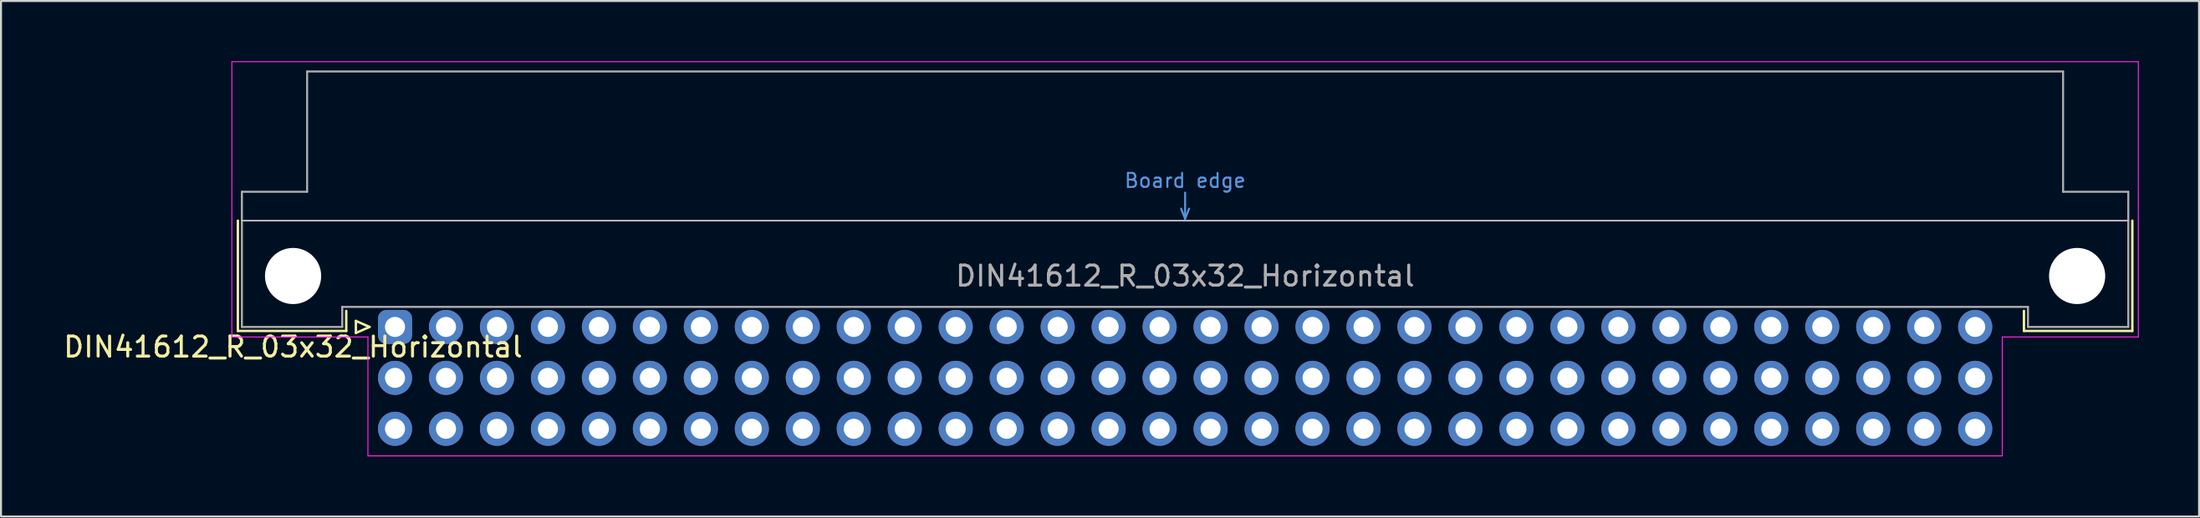
<source format=kicad_pcb>
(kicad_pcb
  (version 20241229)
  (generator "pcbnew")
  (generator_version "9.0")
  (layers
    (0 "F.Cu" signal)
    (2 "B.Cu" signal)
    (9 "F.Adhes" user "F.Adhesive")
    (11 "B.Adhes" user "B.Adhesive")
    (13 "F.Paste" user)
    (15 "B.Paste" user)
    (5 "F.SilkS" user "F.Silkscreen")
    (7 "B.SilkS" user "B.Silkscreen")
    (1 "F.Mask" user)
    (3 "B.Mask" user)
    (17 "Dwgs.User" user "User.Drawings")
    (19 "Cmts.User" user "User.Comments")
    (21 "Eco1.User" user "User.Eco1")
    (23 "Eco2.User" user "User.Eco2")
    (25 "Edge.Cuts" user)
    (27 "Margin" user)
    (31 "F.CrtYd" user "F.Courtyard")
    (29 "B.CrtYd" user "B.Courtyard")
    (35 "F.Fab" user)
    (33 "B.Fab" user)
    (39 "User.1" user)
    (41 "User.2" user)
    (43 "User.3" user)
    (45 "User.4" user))
  (footprint "DIN41612_R_03x32_Horizontal"
    (layer "F.Cu")
    (at 16.634 13.255)
    (property "Reference" "DIN41612_R_03x32_Horizontal" (at -5.08 1 0) (layer "F.SilkS") (effects (font (size 1 1) (thickness 0.15))))
    (attr through_hole)
    (fp_line (start -7.83 -5.3) (end -7.83 0.2) (stroke (width 0.12) (type solid)) (layer "F.SilkS"))
    (fp_line (start -7.83 0.2) (end -2.43 0.2) (stroke (width 0.12) (type solid)) (layer "F.SilkS"))
    (fp_line (start -2.43 0.2) (end -2.43 -0.8) (stroke (width 0.12) (type solid)) (layer "F.SilkS"))
    (fp_line (start -1.95 -0.3) (end -1.95 0.3) (stroke (width 0.12) (type solid)) (layer "F.SilkS"))
    (fp_line (start -1.95 0.3) (end -1.27 0) (stroke (width 0.12) (type solid)) (layer "F.SilkS"))
    (fp_line (start -1.27 0) (end -1.95 -0.3) (stroke (width 0.12) (type solid)) (layer "F.SilkS"))
    (fp_line (start 81.17 0.2) (end 81.17 -0.8) (stroke (width 0.12) (type solid)) (layer "F.SilkS"))
    (fp_line (start 86.57 -5.3) (end 86.57 0.2) (stroke (width 0.12) (type solid)) (layer "F.SilkS"))
    (fp_line (start 86.57 0.2) (end 81.17 0.2) (stroke (width 0.12) (type solid)) (layer "F.SilkS"))
    (fp_line (start -7.63 -5.3) (end 86.37 -5.3) (stroke (width 0.08) (type solid)) (layer "Dwgs.User"))
    (fp_line (start 39.17 -5.9) (end 39.37 -5.4) (stroke (width 0.1) (type solid)) (layer "Cmts.User"))
    (fp_line (start 39.37 -5.4) (end 39.37 -6.7) (stroke (width 0.1) (type solid)) (layer "Cmts.User"))
    (fp_line (start 39.37 -5.4) (end 39.57 -5.9) (stroke (width 0.1) (type solid)) (layer "Cmts.User"))
    (fp_line (start -8.13 -13.23) (end -8.13 0.5) (stroke (width 0.05) (type solid)) (layer "F.CrtYd"))
    (fp_line (start -8.13 0.5) (end -1.35 0.5) (stroke (width 0.05) (type solid)) (layer "F.CrtYd"))
    (fp_line (start -1.35 0.5) (end -1.35 6.43) (stroke (width 0.05) (type solid)) (layer "F.CrtYd"))
    (fp_line (start -1.35 6.43) (end 80.09 6.43) (stroke (width 0.05) (type solid)) (layer "F.CrtYd"))
    (fp_line (start 80.09 0.5) (end 86.87 0.5) (stroke (width 0.05) (type solid)) (layer "F.CrtYd"))
    (fp_line (start 80.09 6.43) (end 80.09 0.5) (stroke (width 0.05) (type solid)) (layer "F.CrtYd"))
    (fp_line (start 86.87 -13.23) (end -8.13 -13.23) (stroke (width 0.05) (type solid)) (layer "F.CrtYd"))
    (fp_line (start 86.87 0.5) (end 86.87 -13.23) (stroke (width 0.05) (type solid)) (layer "F.CrtYd"))
    (fp_line (start -7.63 -6.74) (end -7.63 0) (stroke (width 0.1) (type solid)) (layer "F.Fab"))
    (fp_line (start -7.63 0) (end -2.63 0) (stroke (width 0.1) (type solid)) (layer "F.Fab"))
    (fp_line (start -4.38 -12.74) (end -4.38 -6.74) (stroke (width 0.1) (type solid)) (layer "F.Fab"))
    (fp_line (start -4.38 -6.74) (end -7.63 -6.74) (stroke (width 0.1) (type solid)) (layer "F.Fab"))
    (fp_line (start -2.63 -1) (end 81.37 -1) (stroke (width 0.1) (type solid)) (layer "F.Fab"))
    (fp_line (start -2.63 0) (end -2.63 -1) (stroke (width 0.1) (type solid)) (layer "F.Fab"))
    (fp_line (start 81.37 -1) (end 81.37 0) (stroke (width 0.1) (type solid)) (layer "F.Fab"))
    (fp_line (start 81.37 0) (end 86.37 0) (stroke (width 0.1) (type solid)) (layer "F.Fab"))
    (fp_line (start 83.12 -12.74) (end -4.38 -12.74) (stroke (width 0.1) (type solid)) (layer "F.Fab"))
    (fp_line (start 83.12 -6.74) (end 83.12 -12.74) (stroke (width 0.1) (type solid)) (layer "F.Fab"))
    (fp_line (start 86.37 -6.74) (end 83.12 -6.74) (stroke (width 0.1) (type solid)) (layer "F.Fab"))
    (fp_line (start 86.37 0) (end 86.37 -6.74) (stroke (width 0.1) (type solid)) (layer "F.Fab"))
    (fp_text user "Board edge" (at 39.37 -7.3 0) (layer "Cmts.User") (effects (font (size 0.7 0.7) (thickness 0.1))))
    (fp_text user "${REFERENCE}" (at 39.37 -2.54 0) (layer "F.Fab") (effects (font (size 1 1) (thickness 0.15))))
    (pad "" np_thru_hole circle (at -5.08 -2.54) (size 2.8 2.8) (drill 2.8) (layers "*.Cu" "*.Mask"))
    (pad "" np_thru_hole circle (at 83.82 -2.54) (size 2.8 2.8) (drill 2.8) (layers "*.Cu" "*.Mask"))
    (pad "a1" thru_hole roundrect (at 0 0) (size 1.7 1.7) (drill 1) (layers "*.Cu" "*.Mask") (roundrect_rratio 0.25))
    (pad "a2" thru_hole circle (at 2.54 0) (size 1.7 1.7) (drill 1) (layers "*.Cu" "*.Mask"))
    (pad "a3" thru_hole circle (at 5.08 0) (size 1.7 1.7) (drill 1) (layers "*.Cu" "*.Mask"))
    (pad "a4" thru_hole circle (at 7.62 0) (size 1.7 1.7) (drill 1) (layers "*.Cu" "*.Mask"))
    (pad "a5" thru_hole circle (at 10.16 0) (size 1.7 1.7) (drill 1) (layers "*.Cu" "*.Mask"))
    (pad "a6" thru_hole circle (at 12.7 0) (size 1.7 1.7) (drill 1) (layers "*.Cu" "*.Mask"))
    (pad "a7" thru_hole circle (at 15.24 0) (size 1.7 1.7) (drill 1) (layers "*.Cu" "*.Mask"))
    (pad "a8" thru_hole circle (at 17.78 0) (size 1.7 1.7) (drill 1) (layers "*.Cu" "*.Mask"))
    (pad "a9" thru_hole circle (at 20.32 0) (size 1.7 1.7) (drill 1) (layers "*.Cu" "*.Mask"))
    (pad "a10" thru_hole circle (at 22.86 0) (size 1.7 1.7) (drill 1) (layers "*.Cu" "*.Mask"))
    (pad "a11" thru_hole circle (at 25.4 0) (size 1.7 1.7) (drill 1) (layers "*.Cu" "*.Mask"))
    (pad "a12" thru_hole circle (at 27.94 0) (size 1.7 1.7) (drill 1) (layers "*.Cu" "*.Mask"))
    (pad "a13" thru_hole circle (at 30.48 0) (size 1.7 1.7) (drill 1) (layers "*.Cu" "*.Mask"))
    (pad "a14" thru_hole circle (at 33.02 0) (size 1.7 1.7) (drill 1) (layers "*.Cu" "*.Mask"))
    (pad "a15" thru_hole circle (at 35.56 0) (size 1.7 1.7) (drill 1) (layers "*.Cu" "*.Mask"))
    (pad "a16" thru_hole circle (at 38.1 0) (size 1.7 1.7) (drill 1) (layers "*.Cu" "*.Mask"))
    (pad "a17" thru_hole circle (at 40.64 0) (size 1.7 1.7) (drill 1) (layers "*.Cu" "*.Mask"))
    (pad "a18" thru_hole circle (at 43.18 0) (size 1.7 1.7) (drill 1) (layers "*.Cu" "*.Mask"))
    (pad "a19" thru_hole circle (at 45.72 0) (size 1.7 1.7) (drill 1) (layers "*.Cu" "*.Mask"))
    (pad "a20" thru_hole circle (at 48.26 0) (size 1.7 1.7) (drill 1) (layers "*.Cu" "*.Mask"))
    (pad "a21" thru_hole circle (at 50.8 0) (size 1.7 1.7) (drill 1) (layers "*.Cu" "*.Mask"))
    (pad "a22" thru_hole circle (at 53.34 0) (size 1.7 1.7) (drill 1) (layers "*.Cu" "*.Mask"))
    (pad "a23" thru_hole circle (at 55.88 0) (size 1.7 1.7) (drill 1) (layers "*.Cu" "*.Mask"))
    (pad "a24" thru_hole circle (at 58.42 0) (size 1.7 1.7) (drill 1) (layers "*.Cu" "*.Mask"))
    (pad "a25" thru_hole circle (at 60.96 0) (size 1.7 1.7) (drill 1) (layers "*.Cu" "*.Mask"))
    (pad "a26" thru_hole circle (at 63.5 0) (size 1.7 1.7) (drill 1) (layers "*.Cu" "*.Mask"))
    (pad "a27" thru_hole circle (at 66.04 0) (size 1.7 1.7) (drill 1) (layers "*.Cu" "*.Mask"))
    (pad "a28" thru_hole circle (at 68.58 0) (size 1.7 1.7) (drill 1) (layers "*.Cu" "*.Mask"))
    (pad "a29" thru_hole circle (at 71.12 0) (size 1.7 1.7) (drill 1) (layers "*.Cu" "*.Mask"))
    (pad "a30" thru_hole circle (at 73.66 0) (size 1.7 1.7) (drill 1) (layers "*.Cu" "*.Mask"))
    (pad "a31" thru_hole circle (at 76.2 0) (size 1.7 1.7) (drill 1) (layers "*.Cu" "*.Mask"))
    (pad "a32" thru_hole circle (at 78.74 0) (size 1.7 1.7) (drill 1) (layers "*.Cu" "*.Mask"))
    (pad "b1" thru_hole circle (at 0 2.54) (size 1.7 1.7) (drill 1) (layers "*.Cu" "*.Mask"))
    (pad "b2" thru_hole circle (at 2.54 2.54) (size 1.7 1.7) (drill 1) (layers "*.Cu" "*.Mask"))
    (pad "b3" thru_hole circle (at 5.08 2.54) (size 1.7 1.7) (drill 1) (layers "*.Cu" "*.Mask"))
    (pad "b4" thru_hole circle (at 7.62 2.54) (size 1.7 1.7) (drill 1) (layers "*.Cu" "*.Mask"))
    (pad "b5" thru_hole circle (at 10.16 2.54) (size 1.7 1.7) (drill 1) (layers "*.Cu" "*.Mask"))
    (pad "b6" thru_hole circle (at 12.7 2.54) (size 1.7 1.7) (drill 1) (layers "*.Cu" "*.Mask"))
    (pad "b7" thru_hole circle (at 15.24 2.54) (size 1.7 1.7) (drill 1) (layers "*.Cu" "*.Mask"))
    (pad "b8" thru_hole circle (at 17.78 2.54) (size 1.7 1.7) (drill 1) (layers "*.Cu" "*.Mask"))
    (pad "b9" thru_hole circle (at 20.32 2.54) (size 1.7 1.7) (drill 1) (layers "*.Cu" "*.Mask"))
    (pad "b10" thru_hole circle (at 22.86 2.54) (size 1.7 1.7) (drill 1) (layers "*.Cu" "*.Mask"))
    (pad "b11" thru_hole circle (at 25.4 2.54) (size 1.7 1.7) (drill 1) (layers "*.Cu" "*.Mask"))
    (pad "b12" thru_hole circle (at 27.94 2.54) (size 1.7 1.7) (drill 1) (layers "*.Cu" "*.Mask"))
    (pad "b13" thru_hole circle (at 30.48 2.54) (size 1.7 1.7) (drill 1) (layers "*.Cu" "*.Mask"))
    (pad "b14" thru_hole circle (at 33.02 2.54) (size 1.7 1.7) (drill 1) (layers "*.Cu" "*.Mask"))
    (pad "b15" thru_hole circle (at 35.56 2.54) (size 1.7 1.7) (drill 1) (layers "*.Cu" "*.Mask"))
    (pad "b16" thru_hole circle (at 38.1 2.54) (size 1.7 1.7) (drill 1) (layers "*.Cu" "*.Mask"))
    (pad "b17" thru_hole circle (at 40.64 2.54) (size 1.7 1.7) (drill 1) (layers "*.Cu" "*.Mask"))
    (pad "b18" thru_hole circle (at 43.18 2.54) (size 1.7 1.7) (drill 1) (layers "*.Cu" "*.Mask"))
    (pad "b19" thru_hole circle (at 45.72 2.54) (size 1.7 1.7) (drill 1) (layers "*.Cu" "*.Mask"))
    (pad "b20" thru_hole circle (at 48.26 2.54) (size 1.7 1.7) (drill 1) (layers "*.Cu" "*.Mask"))
    (pad "b21" thru_hole circle (at 50.8 2.54) (size 1.7 1.7) (drill 1) (layers "*.Cu" "*.Mask"))
    (pad "b22" thru_hole circle (at 53.34 2.54) (size 1.7 1.7) (drill 1) (layers "*.Cu" "*.Mask"))
    (pad "b23" thru_hole circle (at 55.88 2.54) (size 1.7 1.7) (drill 1) (layers "*.Cu" "*.Mask"))
    (pad "b24" thru_hole circle (at 58.42 2.54) (size 1.7 1.7) (drill 1) (layers "*.Cu" "*.Mask"))
    (pad "b25" thru_hole circle (at 60.96 2.54) (size 1.7 1.7) (drill 1) (layers "*.Cu" "*.Mask"))
    (pad "b26" thru_hole circle (at 63.5 2.54) (size 1.7 1.7) (drill 1) (layers "*.Cu" "*.Mask"))
    (pad "b27" thru_hole circle (at 66.04 2.54) (size 1.7 1.7) (drill 1) (layers "*.Cu" "*.Mask"))
    (pad "b28" thru_hole circle (at 68.58 2.54) (size 1.7 1.7) (drill 1) (layers "*.Cu" "*.Mask"))
    (pad "b29" thru_hole circle (at 71.12 2.54) (size 1.7 1.7) (drill 1) (layers "*.Cu" "*.Mask"))
    (pad "b30" thru_hole circle (at 73.66 2.54) (size 1.7 1.7) (drill 1) (layers "*.Cu" "*.Mask"))
    (pad "b31" thru_hole circle (at 76.2 2.54) (size 1.7 1.7) (drill 1) (layers "*.Cu" "*.Mask"))
    (pad "b32" thru_hole circle (at 78.74 2.54) (size 1.7 1.7) (drill 1) (layers "*.Cu" "*.Mask"))
    (pad "c1" thru_hole circle (at 0 5.08) (size 1.7 1.7) (drill 1) (layers "*.Cu" "*.Mask"))
    (pad "c2" thru_hole circle (at 2.54 5.08) (size 1.7 1.7) (drill 1) (layers "*.Cu" "*.Mask"))
    (pad "c3" thru_hole circle (at 5.08 5.08) (size 1.7 1.7) (drill 1) (layers "*.Cu" "*.Mask"))
    (pad "c4" thru_hole circle (at 7.62 5.08) (size 1.7 1.7) (drill 1) (layers "*.Cu" "*.Mask"))
    (pad "c5" thru_hole circle (at 10.16 5.08) (size 1.7 1.7) (drill 1) (layers "*.Cu" "*.Mask"))
    (pad "c6" thru_hole circle (at 12.7 5.08) (size 1.7 1.7) (drill 1) (layers "*.Cu" "*.Mask"))
    (pad "c7" thru_hole circle (at 15.24 5.08) (size 1.7 1.7) (drill 1) (layers "*.Cu" "*.Mask"))
    (pad "c8" thru_hole circle (at 17.78 5.08) (size 1.7 1.7) (drill 1) (layers "*.Cu" "*.Mask"))
    (pad "c9" thru_hole circle (at 20.32 5.08) (size 1.7 1.7) (drill 1) (layers "*.Cu" "*.Mask"))
    (pad "c10" thru_hole circle (at 22.86 5.08) (size 1.7 1.7) (drill 1) (layers "*.Cu" "*.Mask"))
    (pad "c11" thru_hole circle (at 25.4 5.08) (size 1.7 1.7) (drill 1) (layers "*.Cu" "*.Mask"))
    (pad "c12" thru_hole circle (at 27.94 5.08) (size 1.7 1.7) (drill 1) (layers "*.Cu" "*.Mask"))
    (pad "c13" thru_hole circle (at 30.48 5.08) (size 1.7 1.7) (drill 1) (layers "*.Cu" "*.Mask"))
    (pad "c14" thru_hole circle (at 33.02 5.08) (size 1.7 1.7) (drill 1) (layers "*.Cu" "*.Mask"))
    (pad "c15" thru_hole circle (at 35.56 5.08) (size 1.7 1.7) (drill 1) (layers "*.Cu" "*.Mask"))
    (pad "c16" thru_hole circle (at 38.1 5.08) (size 1.7 1.7) (drill 1) (layers "*.Cu" "*.Mask"))
    (pad "c17" thru_hole circle (at 40.64 5.08) (size 1.7 1.7) (drill 1) (layers "*.Cu" "*.Mask"))
    (pad "c18" thru_hole circle (at 43.18 5.08) (size 1.7 1.7) (drill 1) (layers "*.Cu" "*.Mask"))
    (pad "c19" thru_hole circle (at 45.72 5.08) (size 1.7 1.7) (drill 1) (layers "*.Cu" "*.Mask"))
    (pad "c20" thru_hole circle (at 48.26 5.08) (size 1.7 1.7) (drill 1) (layers "*.Cu" "*.Mask"))
    (pad "c21" thru_hole circle (at 50.8 5.08) (size 1.7 1.7) (drill 1) (layers "*.Cu" "*.Mask"))
    (pad "c22" thru_hole circle (at 53.34 5.08) (size 1.7 1.7) (drill 1) (layers "*.Cu" "*.Mask"))
    (pad "c23" thru_hole circle (at 55.88 5.08) (size 1.7 1.7) (drill 1) (layers "*.Cu" "*.Mask"))
    (pad "c24" thru_hole circle (at 58.42 5.08) (size 1.7 1.7) (drill 1) (layers "*.Cu" "*.Mask"))
    (pad "c25" thru_hole circle (at 60.96 5.08) (size 1.7 1.7) (drill 1) (layers "*.Cu" "*.Mask"))
    (pad "c26" thru_hole circle (at 63.5 5.08) (size 1.7 1.7) (drill 1) (layers "*.Cu" "*.Mask"))
    (pad "c27" thru_hole circle (at 66.04 5.08) (size 1.7 1.7) (drill 1) (layers "*.Cu" "*.Mask"))
    (pad "c28" thru_hole circle (at 68.58 5.08) (size 1.7 1.7) (drill 1) (layers "*.Cu" "*.Mask"))
    (pad "c29" thru_hole circle (at 71.12 5.08) (size 1.7 1.7) (drill 1) (layers "*.Cu" "*.Mask"))
    (pad "c30" thru_hole circle (at 73.66 5.08) (size 1.7 1.7) (drill 1) (layers "*.Cu" "*.Mask"))
    (pad "c31" thru_hole circle (at 76.2 5.08) (size 1.7 1.7) (drill 1) (layers "*.Cu" "*.Mask"))
    (pad "c32" thru_hole circle (at 78.74 5.08) (size 1.7 1.7) (drill 1) (layers "*.Cu" "*.Mask")))
  (gr_rect
    (start -3 -3)
    (end 106.529 22.71)
    (stroke (width 0.1) (type default))
    (fill no)
    (layer "Edge.Cuts")))
</source>
